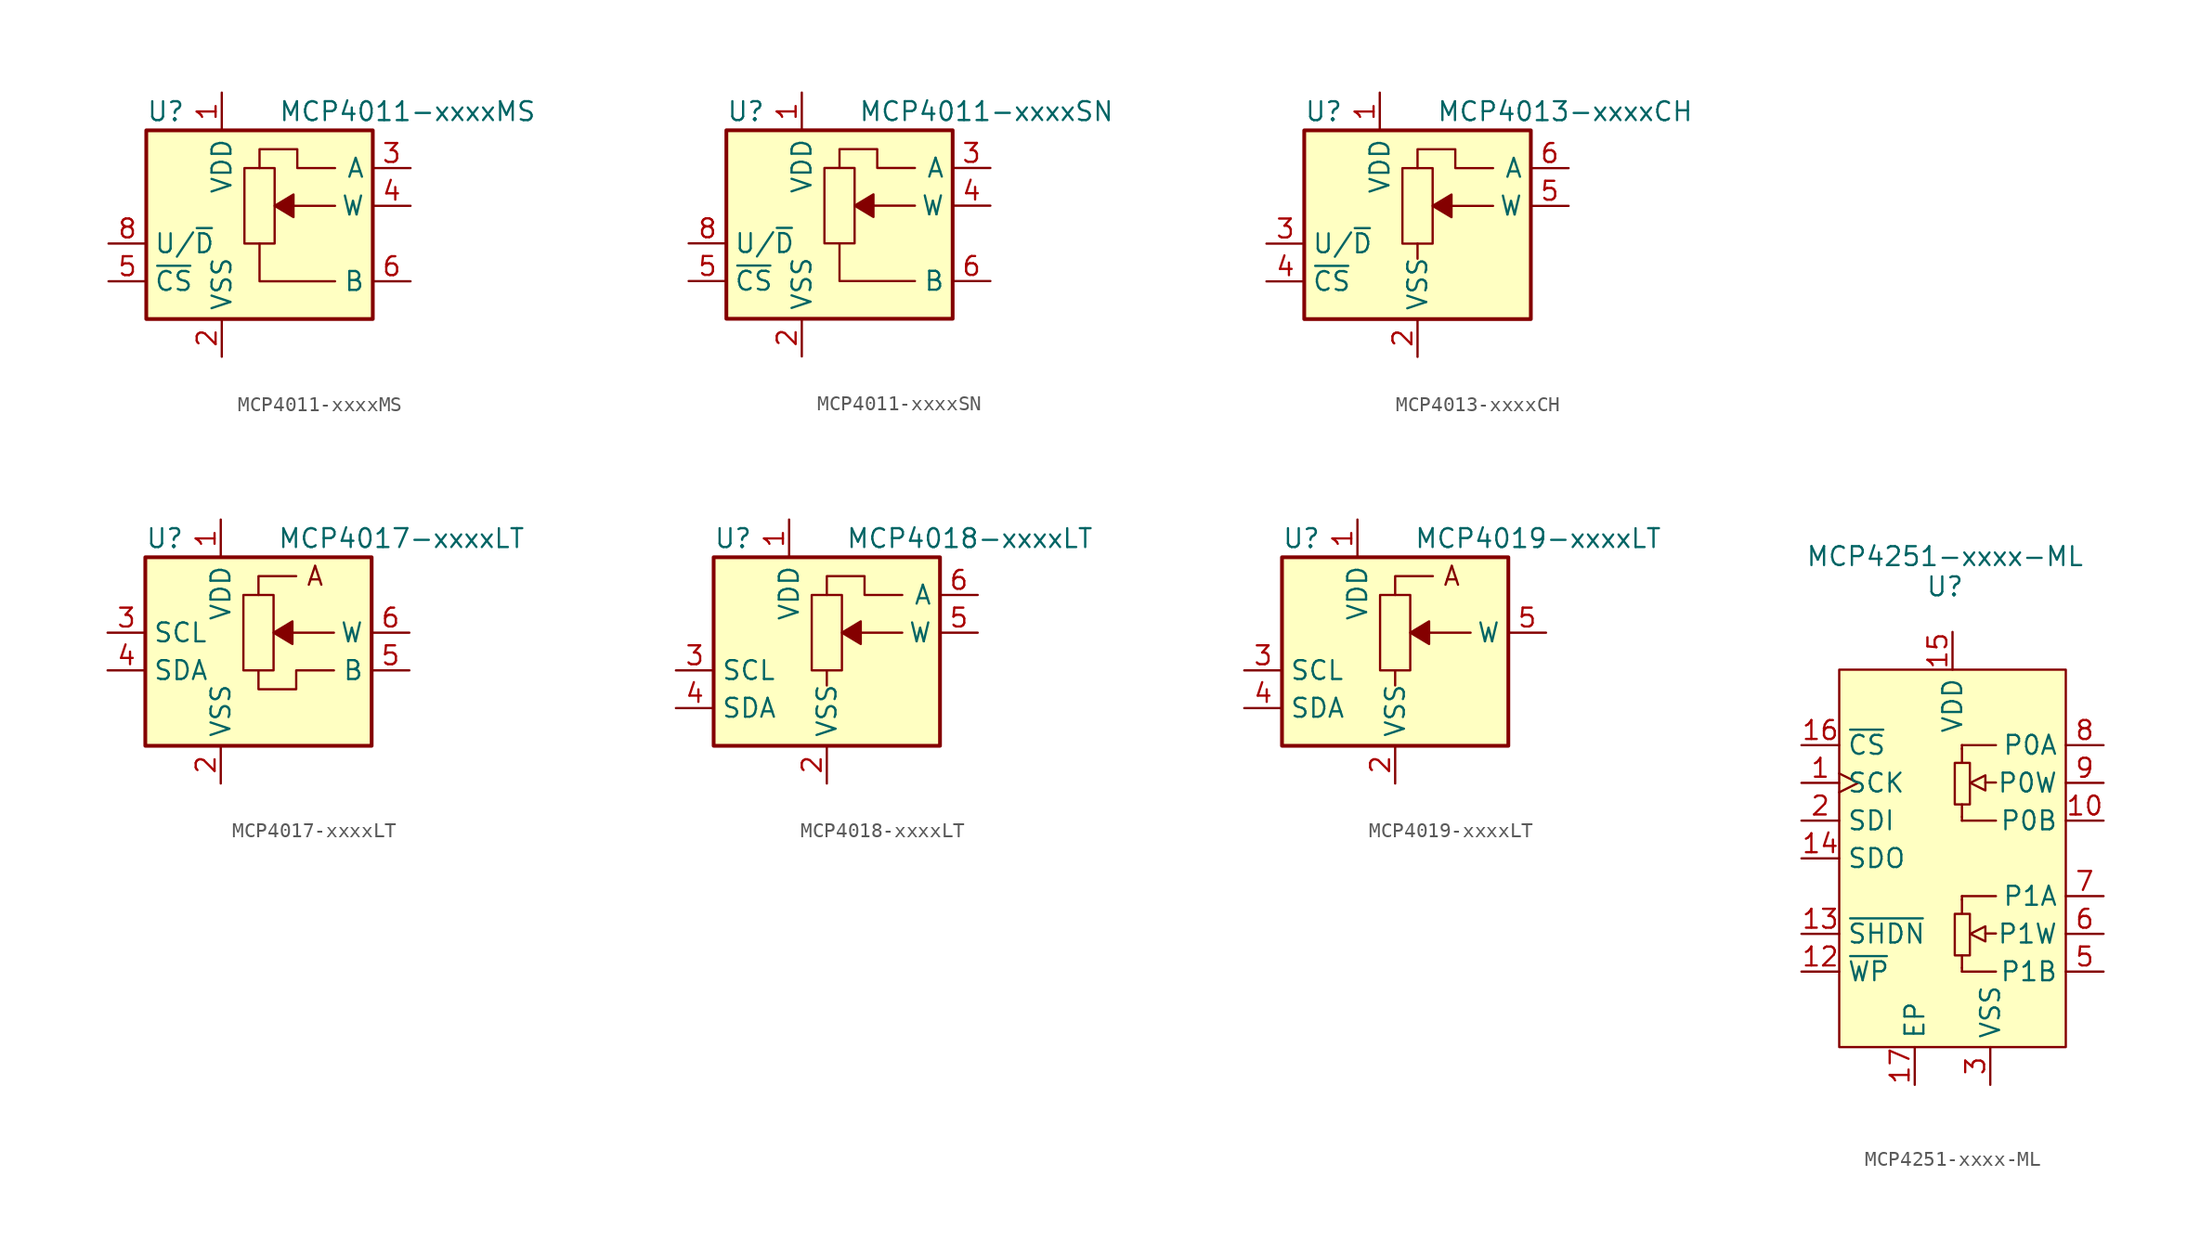
<source format=kicad_sym>
(kicad_symbol_lib
  (version 20201005)
  (generator kicad_symbol_editor)
  (symbol "MCP4011-xxxxMS"
    (property "Reference" "U"
      (at -7.62 8.89 0)
      (effects (font (size 1.27 1.27)) (justify left)))
    (property "Value" "MCP4011-xxxxMS"
      (at 1.27 8.89 0)
      (effects (font (size 1.27 1.27)) (justify left)))
    (symbol "MCP4011-xxxxMS_0_1"
      (polyline (pts (xy 0 0) (xy 0 -2.54) (xy 5.08 -2.54)) (stroke (width 0)) (fill (type none)))
      (polyline (pts (xy 5.08 2.54) (xy 3.81 2.54) (xy 1.27 2.54)) (stroke (width 0)) (fill (type none)))
      (polyline (pts (xy 5.08 5.08) (xy 2.54 5.08) (xy 2.54 6.35) (xy 0 6.35) (xy 0 5.08)) (stroke (width 0)) (fill (type none))))
    (symbol "MCP4011-xxxxMS_1_1"
      (rectangle (start 1.016 0) (end -1.016 5.08) (stroke (width 0)) (fill (type none)))
      (rectangle (start -7.62 7.62) (end 7.62 -5.08) (stroke (width 0.254)) (fill (type background)))
      (polyline (pts (xy 2.286 1.778) (xy 2.286 3.302) (xy 1.016 2.54) (xy 2.286 1.778)) (stroke (width 0)) (fill (type outline)))
      (pin power_in line (at -2.54 10.16 270) (length 2.54) (name "VDD" (effects (font (size 1.27 1.27)))) (number "1" (effects (font (size 1.27 1.27)))))
      (pin power_in line (at -2.54 -7.62 90) (length 2.54) (name "VSS" (effects (font (size 1.27 1.27)))) (number "2" (effects (font (size 1.27 1.27)))))
      (pin passive line (at 10.16 5.08 180) (length 2.54) (name "A" (effects (font (size 1.27 1.27)))) (number "3" (effects (font (size 1.27 1.27)))))
      (pin passive line (at 10.16 2.54 180) (length 2.54) (name "W" (effects (font (size 1.27 1.27)))) (number "4" (effects (font (size 1.27 1.27)))))
      (pin input line (at -10.16 -2.54 0) (length 2.54) (name "~CS" (effects (font (size 1.27 1.27)))) (number "5" (effects (font (size 1.27 1.27)))))
      (pin passive line (at 10.16 -2.54 180) (length 2.54) (name "B" (effects (font (size 1.27 1.27)))) (number "6" (effects (font (size 1.27 1.27)))))
      (pin no_connect line (at -7.62 5.08 0) (length 2.54) hide (name "NC" (effects (font (size 1.27 1.27)))) (number "7" (effects (font (size 1.27 1.27)))))
      (pin input line (at -10.16 0 0) (length 2.54) (name "U/~D" (effects (font (size 1.27 1.27)))) (number "8" (effects (font (size 1.27 1.27)))))))
  (symbol "MCP4011-xxxxSN"
    (property "Reference" "U"
      (at -7.62 8.89 0)
      (effects (font (size 1.27 1.27)) (justify left)))
    (property "Value" "MCP4011-xxxxSN"
      (at 1.27 8.89 0)
      (effects (font (size 1.27 1.27)) (justify left)))
    (symbol "MCP4011-xxxxSN_0_1"
      (polyline (pts (xy 0 0) (xy 0 -2.54) (xy 5.08 -2.54)) (stroke (width 0)) (fill (type none)))
      (polyline (pts (xy 5.08 2.54) (xy 3.81 2.54) (xy 1.27 2.54)) (stroke (width 0)) (fill (type none)))
      (polyline (pts (xy 5.08 5.08) (xy 2.54 5.08) (xy 2.54 6.35) (xy 0 6.35) (xy 0 5.08)) (stroke (width 0)) (fill (type none))))
    (symbol "MCP4011-xxxxSN_1_1"
      (rectangle (start 1.016 0) (end -1.016 5.08) (stroke (width 0)) (fill (type none)))
      (rectangle (start -7.62 7.62) (end 7.62 -5.08) (stroke (width 0.254)) (fill (type background)))
      (polyline (pts (xy 2.286 1.778) (xy 2.286 3.302) (xy 1.016 2.54) (xy 2.286 1.778)) (stroke (width 0)) (fill (type outline)))
      (pin power_in line (at -2.54 10.16 270) (length 2.54) (name "VDD" (effects (font (size 1.27 1.27)))) (number "1" (effects (font (size 1.27 1.27)))))
      (pin power_in line (at -2.54 -7.62 90) (length 2.54) (name "VSS" (effects (font (size 1.27 1.27)))) (number "2" (effects (font (size 1.27 1.27)))))
      (pin passive line (at 10.16 5.08 180) (length 2.54) (name "A" (effects (font (size 1.27 1.27)))) (number "3" (effects (font (size 1.27 1.27)))))
      (pin passive line (at 10.16 2.54 180) (length 2.54) (name "W" (effects (font (size 1.27 1.27)))) (number "4" (effects (font (size 1.27 1.27)))))
      (pin input line (at -10.16 -2.54 0) (length 2.54) (name "~CS" (effects (font (size 1.27 1.27)))) (number "5" (effects (font (size 1.27 1.27)))))
      (pin passive line (at 10.16 -2.54 180) (length 2.54) (name "B" (effects (font (size 1.27 1.27)))) (number "6" (effects (font (size 1.27 1.27)))))
      (pin no_connect line (at -7.62 5.08 0) (length 2.54) hide (name "NC" (effects (font (size 1.27 1.27)))) (number "7" (effects (font (size 1.27 1.27)))))
      (pin input line (at -10.16 0 0) (length 2.54) (name "U/~D" (effects (font (size 1.27 1.27)))) (number "8" (effects (font (size 1.27 1.27)))))))
  (symbol "MCP4013-xxxxCH"
    (property "Reference" "U"
      (at -7.62 8.89 0)
      (effects (font (size 1.27 1.27)) (justify left)))
    (property "Value" "MCP4013-xxxxCH"
      (at 1.27 8.89 0)
      (effects (font (size 1.27 1.27)) (justify left)))
    (symbol "MCP4013-xxxxCH_0_1"
      (polyline (pts (xy 0 0) (xy 0 -1.016)) (stroke (width 0)) (fill (type none)))
      (polyline (pts (xy 5.08 5.08) (xy 2.54 5.08) (xy 2.54 6.35) (xy 0 6.35) (xy 0 5.08)) (stroke (width 0)) (fill (type none))))
    (symbol "MCP4013-xxxxCH_1_1"
      (rectangle (start 1.016 0) (end -1.016 5.08) (stroke (width 0)) (fill (type none)))
      (rectangle (start -7.62 7.62) (end 7.62 -5.08) (stroke (width 0.254)) (fill (type background)))
      (polyline (pts (xy 5.08 2.54) (xy 2.286 2.54)) (stroke (width 0)) (fill (type none)))
      (polyline (pts (xy 2.286 1.778) (xy 2.286 3.302) (xy 1.016 2.54) (xy 2.286 1.778)) (stroke (width 0)) (fill (type outline)))
      (pin power_in line (at -2.54 10.16 270) (length 2.54) (name "VDD" (effects (font (size 1.27 1.27)))) (number "1" (effects (font (size 1.27 1.27)))))
      (pin power_in line (at 0 -7.62 90) (length 2.54) (name "VSS" (effects (font (size 1.27 1.27)))) (number "2" (effects (font (size 1.27 1.27)))))
      (pin input line (at -10.16 0 0) (length 2.54) (name "U/~D" (effects (font (size 1.27 1.27)))) (number "3" (effects (font (size 1.27 1.27)))))
      (pin input line (at -10.16 -2.54 0) (length 2.54) (name "~CS" (effects (font (size 1.27 1.27)))) (number "4" (effects (font (size 1.27 1.27)))))
      (pin passive line (at 10.16 2.54 180) (length 2.54) (name "W" (effects (font (size 1.27 1.27)))) (number "5" (effects (font (size 1.27 1.27)))))
      (pin passive line (at 10.16 5.08 180) (length 2.54) (name "A" (effects (font (size 1.27 1.27)))) (number "6" (effects (font (size 1.27 1.27)))))))
  (symbol "MCP4017-xxxxLT"
    (property "Reference" "U"
      (at -7.62 8.89 0)
      (effects (font (size 1.27 1.27)) (justify left)))
    (property "Value" "MCP4017-xxxxLT"
      (at 1.27 8.89 0)
      (effects (font (size 1.27 1.27)) (justify left)))
    (symbol "MCP4017-xxxxLT_0_0"
      (text "A" (at 3.81 6.35 0) (effects (font (size 1.27 1.27))))
      (polyline (pts (xy 0 5.08) (xy 0 6.35) (xy 2.54 6.35)) (stroke (width 0)) (fill (type none)))
      (polyline (pts (xy 5.08 0) (xy 2.54 0) (xy 2.54 -1.27) (xy 0 -1.27) (xy 0 0)) (stroke (width 0)) (fill (type none))))
    (symbol "MCP4017-xxxxLT_1_1"
      (rectangle (start 1.016 0) (end -1.016 5.08) (stroke (width 0)) (fill (type none)))
      (rectangle (start -7.62 7.62) (end 7.62 -5.08) (stroke (width 0.254)) (fill (type background)))
      (polyline (pts (xy 5.08 2.54) (xy 2.286 2.54)) (stroke (width 0)) (fill (type none)))
      (polyline (pts (xy 2.286 1.778) (xy 2.286 3.302) (xy 1.016 2.54) (xy 2.286 1.778)) (stroke (width 0)) (fill (type outline)))
      (pin power_in line (at -2.54 10.16 270) (length 2.54) (name "VDD" (effects (font (size 1.27 1.27)))) (number "1" (effects (font (size 1.27 1.27)))))
      (pin power_in line (at -2.54 -7.62 90) (length 2.54) (name "VSS" (effects (font (size 1.27 1.27)))) (number "2" (effects (font (size 1.27 1.27)))))
      (pin input line (at -10.16 2.54 0) (length 2.54) (name "SCL" (effects (font (size 1.27 1.27)))) (number "3" (effects (font (size 1.27 1.27)))))
      (pin bidirectional line (at -10.16 0 0) (length 2.54) (name "SDA" (effects (font (size 1.27 1.27)))) (number "4" (effects (font (size 1.27 1.27)))))
      (pin passive line (at 10.16 0 180) (length 2.54) (name "B" (effects (font (size 1.27 1.27)))) (number "5" (effects (font (size 1.27 1.27)))))
      (pin passive line (at 10.16 2.54 180) (length 2.54) (name "W" (effects (font (size 1.27 1.27)))) (number "6" (effects (font (size 1.27 1.27)))))))
  (symbol "MCP4018-xxxxLT"
    (property "Reference" "U"
      (at -7.62 8.89 0)
      (effects (font (size 1.27 1.27)) (justify left)))
    (property "Value" "MCP4018-xxxxLT"
      (at 1.27 8.89 0)
      (effects (font (size 1.27 1.27)) (justify left)))
    (symbol "MCP4018-xxxxLT_0_1"
      (polyline (pts (xy 0 0) (xy 0 -1.016)) (stroke (width 0)) (fill (type none)))
      (polyline (pts (xy 5.08 5.08) (xy 2.54 5.08) (xy 2.54 6.35) (xy 0 6.35) (xy 0 5.08)) (stroke (width 0)) (fill (type none))))
    (symbol "MCP4018-xxxxLT_1_1"
      (rectangle (start 1.016 0) (end -1.016 5.08) (stroke (width 0)) (fill (type none)))
      (rectangle (start -7.62 7.62) (end 7.62 -5.08) (stroke (width 0.254)) (fill (type background)))
      (polyline (pts (xy 5.08 2.54) (xy 2.286 2.54)) (stroke (width 0)) (fill (type none)))
      (polyline (pts (xy 2.286 1.778) (xy 2.286 3.302) (xy 1.016 2.54) (xy 2.286 1.778)) (stroke (width 0)) (fill (type outline)))
      (pin power_in line (at -2.54 10.16 270) (length 2.54) (name "VDD" (effects (font (size 1.27 1.27)))) (number "1" (effects (font (size 1.27 1.27)))))
      (pin power_in line (at 0 -7.62 90) (length 2.54) (name "VSS" (effects (font (size 1.27 1.27)))) (number "2" (effects (font (size 1.27 1.27)))))
      (pin input line (at -10.16 0 0) (length 2.54) (name "SCL" (effects (font (size 1.27 1.27)))) (number "3" (effects (font (size 1.27 1.27)))))
      (pin bidirectional line (at -10.16 -2.54 0) (length 2.54) (name "SDA" (effects (font (size 1.27 1.27)))) (number "4" (effects (font (size 1.27 1.27)))))
      (pin passive line (at 10.16 2.54 180) (length 2.54) (name "W" (effects (font (size 1.27 1.27)))) (number "5" (effects (font (size 1.27 1.27)))))
      (pin passive line (at 10.16 5.08 180) (length 2.54) (name "A" (effects (font (size 1.27 1.27)))) (number "6" (effects (font (size 1.27 1.27)))))))
  (symbol "MCP4019-xxxxLT"
    (property "Reference" "U"
      (at -7.62 8.89 0)
      (effects (font (size 1.27 1.27)) (justify left)))
    (property "Value" "MCP4019-xxxxLT"
      (at 1.27 8.89 0)
      (effects (font (size 1.27 1.27)) (justify left)))
    (symbol "MCP4019-xxxxLT_0_0"
      (text "A" (at 3.81 6.35 0) (effects (font (size 1.27 1.27))))
      (polyline (pts (xy 0 5.08) (xy 0 6.35) (xy 2.54 6.35)) (stroke (width 0)) (fill (type none))))
    (symbol "MCP4019-xxxxLT_0_1"
      (polyline (pts (xy 0 0) (xy 0 -1.016)) (stroke (width 0)) (fill (type none))))
    (symbol "MCP4019-xxxxLT_1_1"
      (rectangle (start 1.016 0) (end -1.016 5.08) (stroke (width 0)) (fill (type none)))
      (rectangle (start -7.62 7.62) (end 7.62 -5.08) (stroke (width 0.254)) (fill (type background)))
      (polyline (pts (xy 5.08 2.54) (xy 2.286 2.54)) (stroke (width 0)) (fill (type none)))
      (polyline (pts (xy 2.286 1.778) (xy 2.286 3.302) (xy 1.016 2.54) (xy 2.286 1.778)) (stroke (width 0)) (fill (type outline)))
      (pin power_in line (at -2.54 10.16 270) (length 2.54) (name "VDD" (effects (font (size 1.27 1.27)))) (number "1" (effects (font (size 1.27 1.27)))))
      (pin power_in line (at 0 -7.62 90) (length 2.54) (name "VSS" (effects (font (size 1.27 1.27)))) (number "2" (effects (font (size 1.27 1.27)))))
      (pin input line (at -10.16 0 0) (length 2.54) (name "SCL" (effects (font (size 1.27 1.27)))) (number "3" (effects (font (size 1.27 1.27)))))
      (pin bidirectional line (at -10.16 -2.54 0) (length 2.54) (name "SDA" (effects (font (size 1.27 1.27)))) (number "4" (effects (font (size 1.27 1.27)))))
      (pin passive line (at 10.16 2.54 180) (length 2.54) (name "W" (effects (font (size 1.27 1.27)))) (number "5" (effects (font (size 1.27 1.27)))))))
  (symbol "MCP4251-xxxx-ML"
    (property "Reference" "U"
      (at -0.508 18.288 0)
      (effects (font (size 1.27 1.27))))
    (property "Value" "MCP4251-xxxx-ML"
      (at -0.508 20.32 0)
      (effects (font (size 1.27 1.27))))
    (symbol "MCP4251-xxxx-ML_0_1"
      (polyline (pts (xy 0 12.7) (xy 7.62 12.7) (xy 7.62 0) (xy 7.62 -12.7) (xy -7.62 -12.7) (xy -7.62 12.7) (xy 0 12.7)) (stroke (width 0)) (fill (type background))))
    (symbol "MCP4251-xxxx-ML_1_1"
      (rectangle (start 0.152 -3.734) (end 1.168 -6.528) (stroke (width 0)) (fill (type none)))
      (rectangle (start 0.152 6.426) (end 1.168 3.632) (stroke (width 0)) (fill (type none)))
      (polyline (pts (xy 0.635 -7.366) (xy 0.635 -6.528)) (stroke (width 0)) (fill (type none)))
      (polyline (pts (xy 0.635 -2.769) (xy 0.635 -3.708)) (stroke (width 0)) (fill (type none)))
      (polyline (pts (xy 0.635 2.794) (xy 0.635 3.632)) (stroke (width 0)) (fill (type none)))
      (polyline (pts (xy 0.635 7.391) (xy 0.635 6.452)) (stroke (width 0)) (fill (type none)))
      (polyline (pts (xy 2.21 -5.055) (xy 2.921 -5.055)) (stroke (width 0)) (fill (type none)))
      (polyline (pts (xy 2.21 5.105) (xy 2.921 5.105)) (stroke (width 0)) (fill (type none)))
      (polyline (pts (xy 0.635 -2.54) (xy 0.635 -2.794) (xy 0.635 -2.794)) (stroke (width 0)) (fill (type none)))
      (polyline (pts (xy 0.635 7.62) (xy 0.635 7.366) (xy 0.635 7.366)) (stroke (width 0)) (fill (type none)))
      (polyline (pts (xy 0.635 -7.62) (xy 0.635 -7.366) (xy 0.635 -7.366)) (stroke (width 0)) (fill (type background)))
      (polyline (pts (xy 0.635 -7.62) (xy 2.921 -7.62) (xy 2.921 -7.62)) (stroke (width 0)) (fill (type background)))
      (polyline (pts (xy 0.635 -2.54) (xy 2.921 -2.54) (xy 2.921 -2.54)) (stroke (width 0)) (fill (type background)))
      (polyline (pts (xy 0.635 2.54) (xy 0.635 2.794) (xy 0.635 2.794)) (stroke (width 0)) (fill (type background)))
      (polyline (pts (xy 0.635 2.54) (xy 2.921 2.54) (xy 2.921 2.54)) (stroke (width 0)) (fill (type background)))
      (polyline (pts (xy 0.635 7.62) (xy 2.921 7.62) (xy 2.921 7.62)) (stroke (width 0)) (fill (type background)))
      (polyline (pts (xy 2.21 -4.572) (xy 2.21 -5.588) (xy 1.194 -5.08) (xy 2.21 -4.572) (xy 2.21 -4.572)) (stroke (width 0)) (fill (type background)))
      (polyline (pts (xy 2.21 5.588) (xy 2.21 4.572) (xy 1.194 5.08) (xy 2.21 5.588) (xy 2.21 5.588)) (stroke (width 0)) (fill (type background)))
      (pin input clock (at -10.16 5.08 0) (length 2.54) (name "SCK" (effects (font (size 1.27 1.27)))) (number "1" (effects (font (size 1.27 1.27)))))
      (pin passive line (at 10.16 2.54 180) (length 2.54) (name "P0B" (effects (font (size 1.27 1.27)))) (number "10" (effects (font (size 1.27 1.27)))))
      (pin no_connect line (at 7.62 0 180) (length 2.54) hide (name "NC" (effects (font (size 1.27 1.27)))) (number "11" (effects (font (size 1.27 1.27)))))
      (pin input line (at -10.16 -7.62 0) (length 2.54) (name "~WP" (effects (font (size 1.27 1.27)))) (number "12" (effects (font (size 1.27 1.27)))))
      (pin input line (at -10.16 -5.08 0) (length 2.54) (name "~SHDN" (effects (font (size 1.27 1.27)))) (number "13" (effects (font (size 1.27 1.27)))))
      (pin output line (at -10.16 0 0) (length 2.54) (name "SDO" (effects (font (size 1.27 1.27)))) (number "14" (effects (font (size 1.27 1.27)))))
      (pin power_in line (at 0 15.24 270) (length 2.54) (name "VDD" (effects (font (size 1.27 1.27)))) (number "15" (effects (font (size 1.27 1.27)))))
      (pin input line (at -10.16 7.62 0) (length 2.54) (name "~CS" (effects (font (size 1.27 1.27)))) (number "16" (effects (font (size 1.27 1.27)))))
      (pin passive line (at -2.54 -15.24 90) (length 2.54) (name "EP" (effects (font (size 1.27 1.27)))) (number "17" (effects (font (size 1.27 1.27)))))
      (pin input line (at -10.16 2.54 0) (length 2.54) (name "SDI" (effects (font (size 1.27 1.27)))) (number "2" (effects (font (size 1.27 1.27)))))
      (pin power_in line (at 2.54 -15.24 90) (length 2.54) (name "VSS" (effects (font (size 1.27 1.27)))) (number "3" (effects (font (size 1.27 1.27)))))
      (pin passive line (at 2.54 -15.24 90) (length 2.54) hide (name "VSS" (effects (font (size 1.27 1.27)))) (number "4" (effects (font (size 1.27 1.27)))))
      (pin passive line (at 10.16 -7.62 180) (length 2.54) (name "P1B" (effects (font (size 1.27 1.27)))) (number "5" (effects (font (size 1.27 1.27)))))
      (pin passive line (at 10.16 -5.08 180) (length 2.54) (name "P1W" (effects (font (size 1.27 1.27)))) (number "6" (effects (font (size 1.27 1.27)))))
      (pin passive line (at 10.16 -2.54 180) (length 2.54) (name "P1A" (effects (font (size 1.27 1.27)))) (number "7" (effects (font (size 1.27 1.27)))))
      (pin passive line (at 10.16 7.62 180) (length 2.54) (name "P0A" (effects (font (size 1.27 1.27)))) (number "8" (effects (font (size 1.27 1.27)))))
      (pin passive line (at 10.16 5.08 180) (length 2.54) (name "P0W" (effects (font (size 1.27 1.27)))) (number "9" (effects (font (size 1.27 1.27))))))))
</source>
